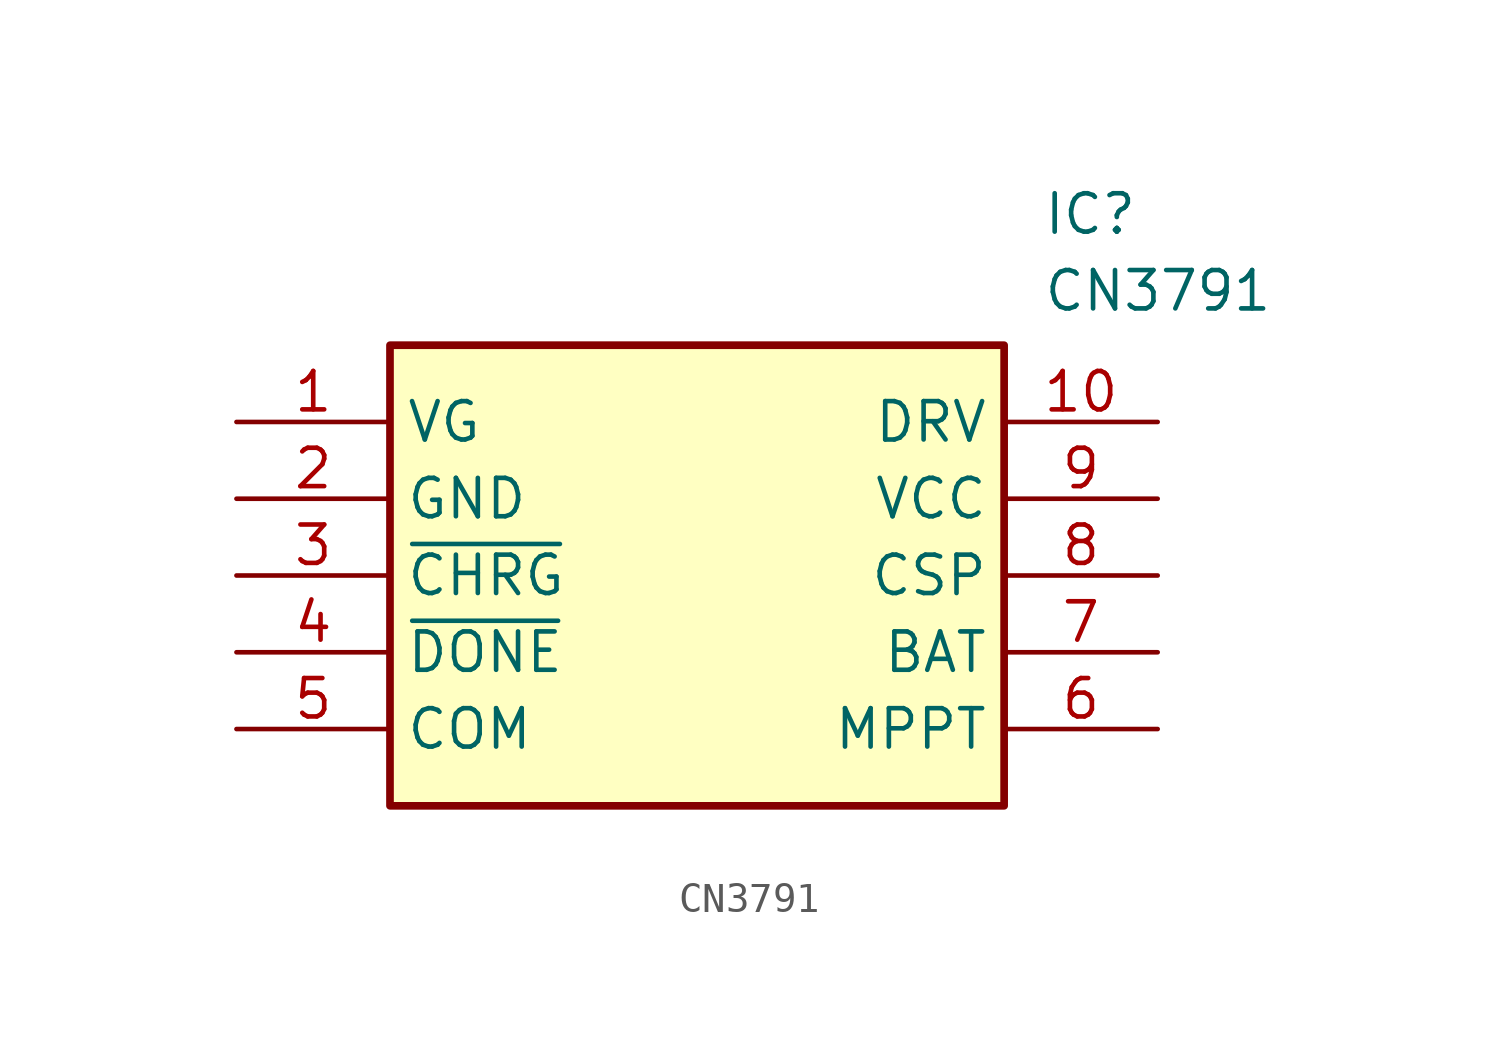
<source format=kicad_sym>
(kicad_symbol_lib
  (version 20211014)
  (generator SamacSys_ECAD_Model)
  (symbol "CN3791"
    (property "Reference" "IC"
      (at 26.67 7.62 0)
      (effects (font (size 1.27 1.27)) (justify left top)))
    (property "Value" "CN3791"
      (at 26.67 5.08 0)
      (effects (font (size 1.27 1.27)) (justify left top)))
    (rectangle
      (start 5.08 2.54)
      (end 25.4 -12.7)
      (stroke (width 0.254) (type default))
      (fill (type background)))
    (pin passive line
      (at 0 0 0)
      (length 5.08)
      (name "VG" (effects (font (size 1.27 1.27))))
      (number "1" (effects (font (size 1.27 1.27)))))
    (pin passive line
      (at 0 -2.54 0)
      (length 5.08)
      (name "GND" (effects (font (size 1.27 1.27))))
      (number "2" (effects (font (size 1.27 1.27)))))
    (pin passive line
      (at 0 -5.08 0)
      (length 5.08)
      (name "~{CHRG}" (effects (font (size 1.27 1.27))))
      (number "3" (effects (font (size 1.27 1.27)))))
    (pin passive line
      (at 0 -7.62 0)
      (length 5.08)
      (name "~{DONE}" (effects (font (size 1.27 1.27))))
      (number "4" (effects (font (size 1.27 1.27)))))
    (pin passive line
      (at 0 -10.16 0)
      (length 5.08)
      (name "COM" (effects (font (size 1.27 1.27))))
      (number "5" (effects (font (size 1.27 1.27)))))
    (pin passive line
      (at 30.48 0 180)
      (length 5.08)
      (name "DRV" (effects (font (size 1.27 1.27))))
      (number "10" (effects (font (size 1.27 1.27)))))
    (pin passive line
      (at 30.48 -2.54 180)
      (length 5.08)
      (name "VCC" (effects (font (size 1.27 1.27))))
      (number "9" (effects (font (size 1.27 1.27)))))
    (pin passive line
      (at 30.48 -5.08 180)
      (length 5.08)
      (name "CSP" (effects (font (size 1.27 1.27))))
      (number "8" (effects (font (size 1.27 1.27)))))
    (pin passive line
      (at 30.48 -7.62 180)
      (length 5.08)
      (name "BAT" (effects (font (size 1.27 1.27))))
      (number "7" (effects (font (size 1.27 1.27)))))
    (pin passive line
      (at 30.48 -10.16 180)
      (length 5.08)
      (name "MPPT" (effects (font (size 1.27 1.27))))
      (number "6" (effects (font (size 1.27 1.27)))))))
</source>
